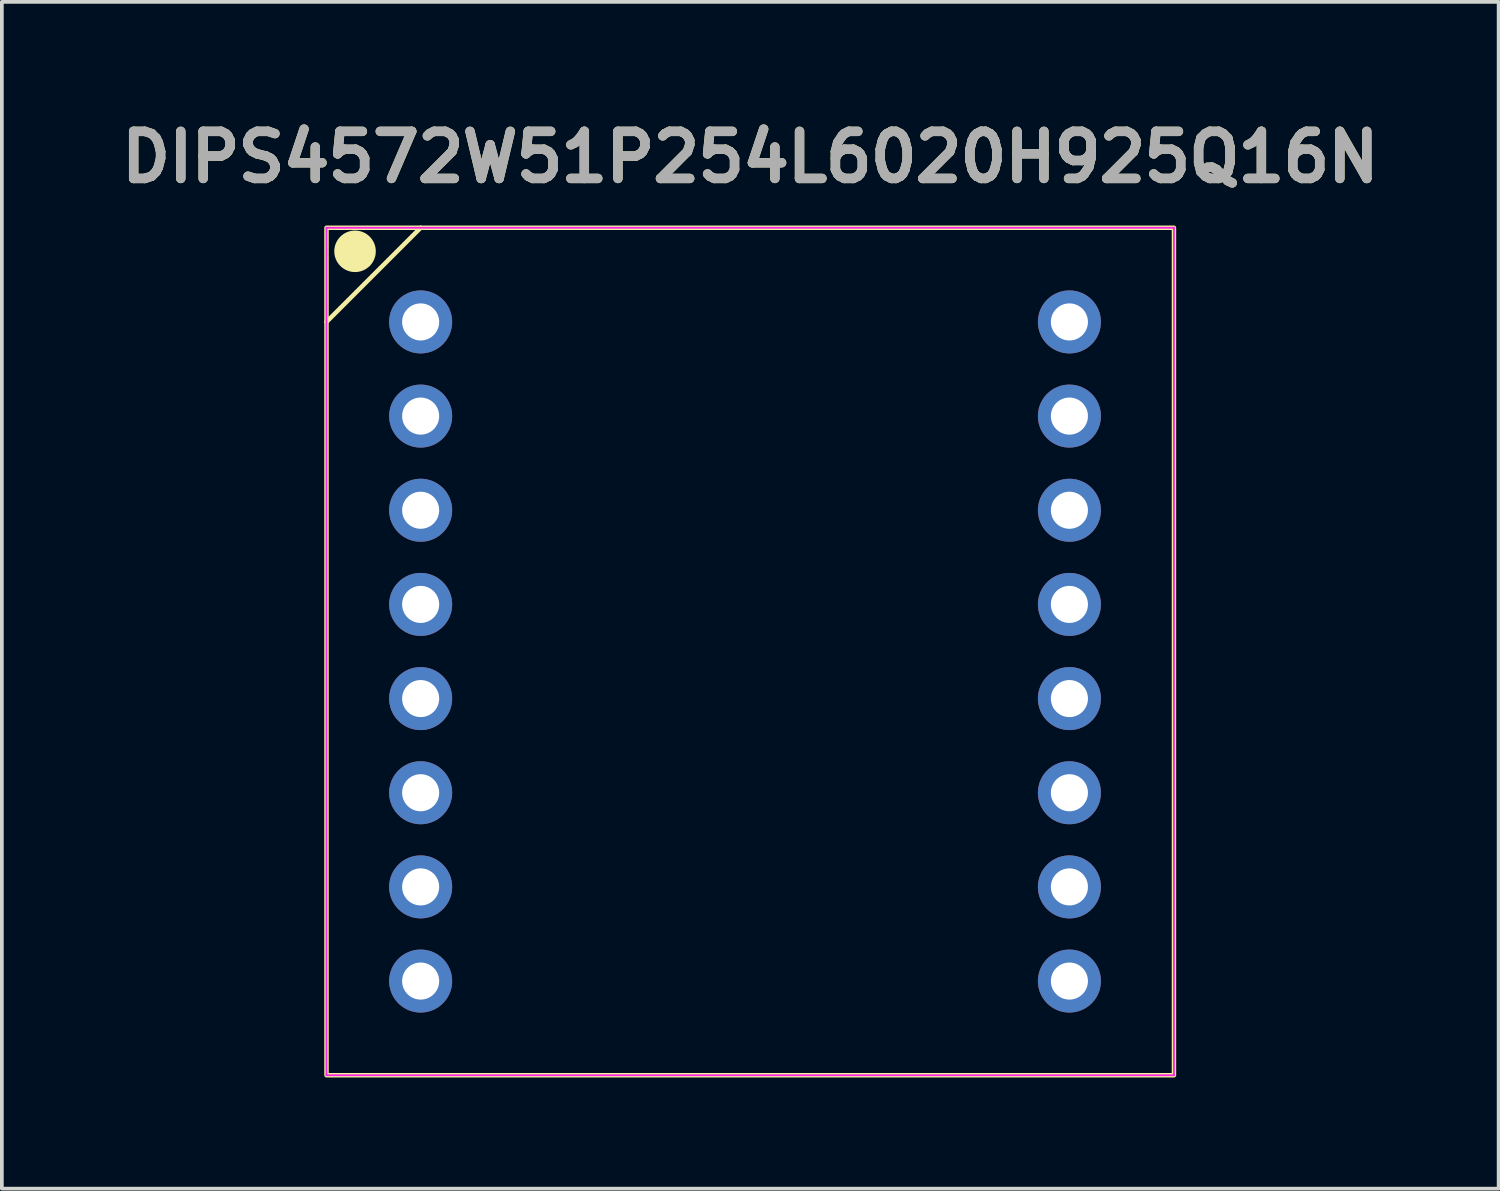
<source format=kicad_pcb>
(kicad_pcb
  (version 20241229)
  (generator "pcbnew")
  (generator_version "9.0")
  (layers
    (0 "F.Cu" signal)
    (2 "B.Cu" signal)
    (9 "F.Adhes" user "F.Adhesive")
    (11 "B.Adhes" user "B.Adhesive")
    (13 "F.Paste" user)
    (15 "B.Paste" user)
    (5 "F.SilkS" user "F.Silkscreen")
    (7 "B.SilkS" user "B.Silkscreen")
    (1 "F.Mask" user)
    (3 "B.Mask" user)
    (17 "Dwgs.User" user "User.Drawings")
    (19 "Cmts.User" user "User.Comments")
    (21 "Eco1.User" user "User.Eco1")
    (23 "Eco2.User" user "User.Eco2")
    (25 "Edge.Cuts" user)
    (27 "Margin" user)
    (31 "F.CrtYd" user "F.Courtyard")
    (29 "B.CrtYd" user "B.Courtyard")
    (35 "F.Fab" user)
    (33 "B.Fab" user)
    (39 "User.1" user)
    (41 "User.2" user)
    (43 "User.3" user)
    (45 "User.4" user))
  (footprint "DIPS4572W51P254L6020H925Q16N"
    (layer "F.Cu")
    (at 8.297 5.634)
    (property "Reference" "DIPS4572W51P254L6020H925Q16N" (at 8.89 -4.445 0) (layer "F.SilkS") (effects (font (size 1.27 1.27) (thickness 0.254))))
    (attr through_hole)
    (fp_line (start -2.54 0) (end 0 -2.54) (stroke (width 0.12) (type solid)) (layer "F.SilkS"))
    (fp_rect (start -2.54 -2.54) (end 20.32 20.32) (stroke (width 0.12) (type solid)) (fill no) (layer "F.SilkS"))
    (fp_circle (center -1.77 -1.905) (end -1.27 -1.905) (stroke (width 0.12) (type solid)) (fill yes) (layer "F.SilkS"))
    (fp_line (start -2.54 -2.54) (end 20.32 -2.54) (stroke (width 0.05) (type solid)) (layer "F.CrtYd"))
    (fp_line (start -2.54 20.32) (end -2.54 -2.54) (stroke (width 0.05) (type solid)) (layer "F.CrtYd"))
    (fp_line (start 20.32 -2.54) (end 20.32 20.32) (stroke (width 0.05) (type solid)) (layer "F.CrtYd"))
    (fp_line (start 20.32 20.32) (end -2.54 20.32) (stroke (width 0.05) (type solid)) (layer "F.CrtYd"))
    (fp_text user "${REFERENCE}" (at 8.89 -4.445 0) (layer "F.Fab") (effects (font (size 1.27 1.27) (thickness 0.254))))
    (pad "1" thru_hole oval (at 0 0) (size 1.7 1.7) (drill 1) (layers "*.Cu" "*.Mask"))
    (pad "2" thru_hole oval (at 0 2.54) (size 1.7 1.7) (drill 1) (layers "*.Cu" "*.Mask"))
    (pad "3" thru_hole oval (at 0 5.08) (size 1.7 1.7) (drill 1) (layers "*.Cu" "*.Mask"))
    (pad "4" thru_hole oval (at 0 7.62) (size 1.7 1.7) (drill 1) (layers "*.Cu" "*.Mask"))
    (pad "5" thru_hole oval (at 0 10.16) (size 1.7 1.7) (drill 1) (layers "*.Cu" "*.Mask"))
    (pad "6" thru_hole oval (at 0 12.7) (size 1.7 1.7) (drill 1) (layers "*.Cu" "*.Mask"))
    (pad "7" thru_hole oval (at 0 15.24) (size 1.7 1.7) (drill 1) (layers "*.Cu" "*.Mask"))
    (pad "8" thru_hole oval (at 0 17.78) (size 1.7 1.7) (drill 1) (layers "*.Cu" "*.Mask"))
    (pad "9" thru_hole oval (at 17.5 17.78) (size 1.7 1.7) (drill 1) (layers "*.Cu" "*.Mask"))
    (pad "10" thru_hole oval (at 17.5 15.24) (size 1.7 1.7) (drill 1) (layers "*.Cu" "*.Mask"))
    (pad "11" thru_hole oval (at 17.5 12.7) (size 1.7 1.7) (drill 1) (layers "*.Cu" "*.Mask"))
    (pad "12" thru_hole oval (at 17.5 10.16) (size 1.7 1.7) (drill 1) (layers "*.Cu" "*.Mask"))
    (pad "13" thru_hole oval (at 17.5 7.62) (size 1.7 1.7) (drill 1) (layers "*.Cu" "*.Mask"))
    (pad "14" thru_hole oval (at 17.5 5.08) (size 1.7 1.7) (drill 1) (layers "*.Cu" "*.Mask"))
    (pad "15" thru_hole oval (at 17.5 2.54) (size 1.7 1.7) (drill 1) (layers "*.Cu" "*.Mask"))
    (pad "16" thru_hole oval (at 17.5 0) (size 1.7 1.7) (drill 1) (layers "*.Cu" "*.Mask")))
  (gr_rect
    (start -3 -3)
    (end 37.375 29.014)
    (stroke (width 0.1) (type default))
    (fill no)
    (layer "Edge.Cuts")))
</source>
